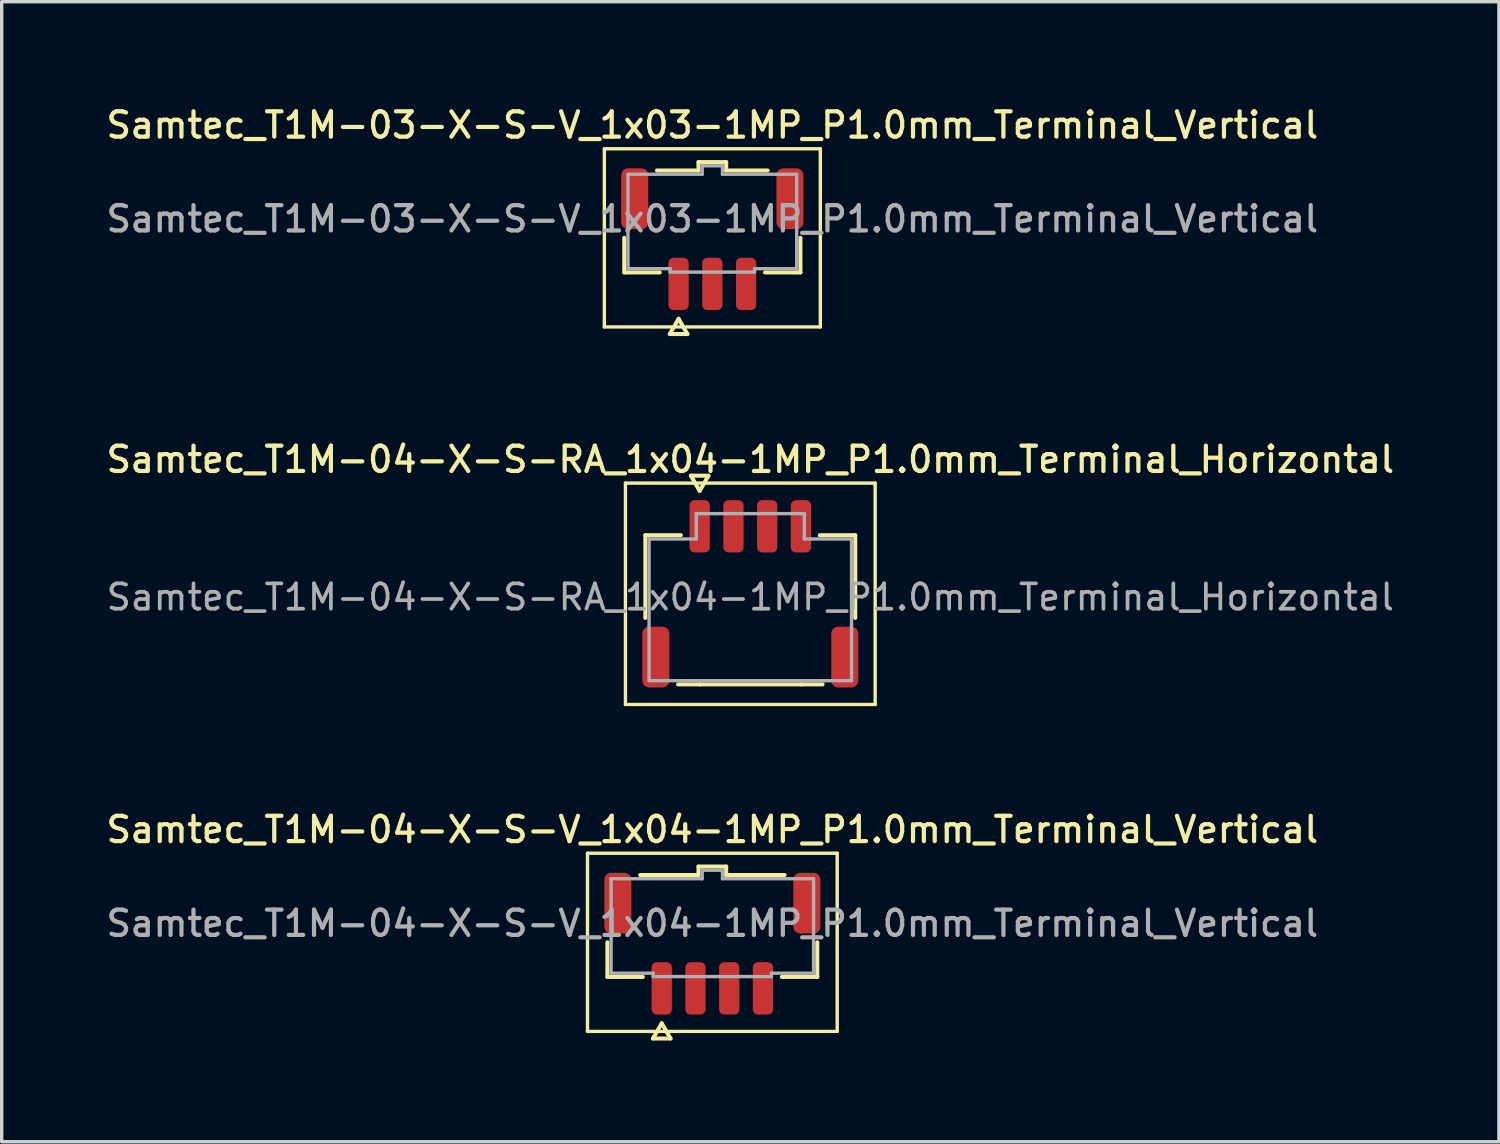
<source format=kicad_pcb>
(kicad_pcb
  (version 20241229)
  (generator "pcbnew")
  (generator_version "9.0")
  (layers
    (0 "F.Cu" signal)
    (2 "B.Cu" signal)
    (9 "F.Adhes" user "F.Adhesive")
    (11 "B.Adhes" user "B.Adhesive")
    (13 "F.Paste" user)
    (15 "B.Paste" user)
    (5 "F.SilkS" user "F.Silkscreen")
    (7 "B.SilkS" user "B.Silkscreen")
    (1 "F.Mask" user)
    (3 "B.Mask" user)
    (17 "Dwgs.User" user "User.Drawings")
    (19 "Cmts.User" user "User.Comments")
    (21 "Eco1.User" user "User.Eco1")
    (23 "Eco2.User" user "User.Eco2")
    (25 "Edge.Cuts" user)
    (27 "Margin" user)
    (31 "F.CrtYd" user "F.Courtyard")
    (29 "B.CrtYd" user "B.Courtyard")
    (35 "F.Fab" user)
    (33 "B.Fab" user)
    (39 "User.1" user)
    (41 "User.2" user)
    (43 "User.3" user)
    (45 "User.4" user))
  (footprint "Samtec_T1M-04-X-S-RA_1x04-1MP_P1.0mm_Terminal_Horizontal"
    (layer "F.Cu")
    (at 19.184 14.646)
    (property "Reference" "Samtec_T1M-04-X-S-RA_1x04-1MP_P1.0mm_Terminal_Horizontal" (at 0 -4.08 0) (layer "F.SilkS") (effects (font (size 0.75 0.75) (thickness 0.125))))
    (attr smd)
    (fp_line (start -3.7 -3.38) (end -3.7 3.18) (stroke (width 0.1) (type solid)) (layer "F.SilkS"))
    (fp_line (start -3.7 3.18) (end 3.7 3.18) (stroke (width 0.1) (type solid)) (layer "F.SilkS"))
    (fp_line (start -3.11 -1.835) (end -2.06 -1.835) (stroke (width 0.12) (type solid)) (layer "F.SilkS"))
    (fp_line (start -3.11 0.615) (end -3.11 -1.835) (stroke (width 0.12) (type solid)) (layer "F.SilkS"))
    (fp_line (start -1.76 -3.6) (end -1.5 -3.15) (stroke (width 0.12) (type solid)) (layer "F.SilkS"))
    (fp_line (start -1.5 -3.15) (end -1.24 -3.6) (stroke (width 0.12) (type solid)) (layer "F.SilkS"))
    (fp_line (start -1.5 2.585) (end -2.14 2.585) (stroke (width 0.12) (type solid)) (layer "F.SilkS"))
    (fp_line (start -1.24 -3.6) (end -1.76 -3.6) (stroke (width 0.12) (type solid)) (layer "F.SilkS"))
    (fp_line (start 1.5 2.585) (end -1.5 2.585) (stroke (width 0.12) (type solid)) (layer "F.SilkS"))
    (fp_line (start 2.06 -1.835) (end 3.11 -1.835) (stroke (width 0.12) (type solid)) (layer "F.SilkS"))
    (fp_line (start 2.14 2.585) (end 1.5 2.585) (stroke (width 0.12) (type solid)) (layer "F.SilkS"))
    (fp_line (start 3.11 -1.835) (end 3.11 0.615) (stroke (width 0.12) (type solid)) (layer "F.SilkS"))
    (fp_line (start 3.7 -3.38) (end -3.7 -3.38) (stroke (width 0.1) (type solid)) (layer "F.SilkS"))
    (fp_line (start 3.7 3.18) (end 3.7 -3.38) (stroke (width 0.1) (type solid)) (layer "F.SilkS"))
    (fp_line (start -3 -1.725) (end -1.6 -1.725) (stroke (width 0.1) (type solid)) (layer "F.Fab"))
    (fp_line (start -3 2.475) (end -3 -1.725) (stroke (width 0.1) (type solid)) (layer "F.Fab"))
    (fp_line (start -1.6 -2.475) (end -1.5 -2.475) (stroke (width 0.1) (type solid)) (layer "F.Fab"))
    (fp_line (start -1.6 -1.725) (end -1.6 -2.475) (stroke (width 0.1) (type solid)) (layer "F.Fab"))
    (fp_line (start -1.5 -2.475) (end 1.5 -2.475) (stroke (width 0.1) (type solid)) (layer "F.Fab"))
    (fp_line (start -1.5 2.475) (end -3 2.475) (stroke (width 0.1) (type solid)) (layer "F.Fab"))
    (fp_line (start 1.5 -2.475) (end 1.6 -2.475) (stroke (width 0.1) (type solid)) (layer "F.Fab"))
    (fp_line (start 1.5 2.475) (end -1.5 2.475) (stroke (width 0.1) (type solid)) (layer "F.Fab"))
    (fp_line (start 1.6 -2.475) (end 1.6 -1.725) (stroke (width 0.1) (type solid)) (layer "F.Fab"))
    (fp_line (start 1.6 -1.725) (end 3 -1.725) (stroke (width 0.1) (type solid)) (layer "F.Fab"))
    (fp_line (start 3 -1.725) (end 3 2.475) (stroke (width 0.1) (type solid)) (layer "F.Fab"))
    (fp_line (start 3 2.475) (end 1.5 2.475) (stroke (width 0.1) (type solid)) (layer "F.Fab"))
    (fp_text user "${REFERENCE}" (at 0 0 0) (layer "F.Fab") (effects (font (size 0.75 0.75) (thickness 0.11))))
    (pad "1" smd roundrect (at -1.5 -2.1) (size 0.6 1.55) (layers "F.Cu" "F.Mask" "F.Paste") (roundrect_rratio 0.25))
    (pad "2" smd roundrect (at -0.5 -2.1) (size 0.6 1.55) (layers "F.Cu" "F.Mask" "F.Paste") (roundrect_rratio 0.25))
    (pad "3" smd roundrect (at 0.5 -2.1) (size 0.6 1.55) (layers "F.Cu" "F.Mask" "F.Paste") (roundrect_rratio 0.25))
    (pad "4" smd roundrect (at 1.5 -2.1) (size 0.6 1.55) (layers "F.Cu" "F.Mask" "F.Paste") (roundrect_rratio 0.25))
    (pad "MP" smd roundrect (at -2.8 1.775) (size 0.8 1.8) (layers "F.Cu" "F.Mask" "F.Paste") (roundrect_rratio 0.25))
    (pad "MP" smd roundrect (at 2.8 1.775) (size 0.8 1.8) (layers "F.Cu" "F.Mask" "F.Paste") (roundrect_rratio 0.25)))
  (footprint "Samtec_T1M-03-X-S-V_1x03-1MP_P1.0mm_Terminal_Vertical"
    (layer "F.Cu")
    (at 18.059 3.438)
    (property "Reference" "Samtec_T1M-03-X-S-V_1x03-1MP_P1.0mm_Terminal_Vertical" (at 0 -2.78 0) (layer "F.SilkS") (effects (font (size 0.75 0.75) (thickness 0.125))))
    (attr smd)
    (fp_line (start -3.2 -2.08) (end -3.2 3.2) (stroke (width 0.1) (type solid)) (layer "F.SilkS"))
    (fp_line (start -3.2 3.2) (end 3.2 3.2) (stroke (width 0.1) (type solid)) (layer "F.SilkS"))
    (fp_line (start -2.61 1.585) (end -2.61 0.56) (stroke (width 0.12) (type solid)) (layer "F.SilkS"))
    (fp_line (start -1.64 -1.435) (end -0.41 -1.435) (stroke (width 0.12) (type solid)) (layer "F.SilkS"))
    (fp_line (start -1.56 1.585) (end -2.61 1.585) (stroke (width 0.12) (type solid)) (layer "F.SilkS"))
    (fp_line (start -1.26 3.41) (end -1 2.96) (stroke (width 0.12) (type solid)) (layer "F.SilkS"))
    (fp_line (start -1 2.96) (end -0.74 3.41) (stroke (width 0.12) (type solid)) (layer "F.SilkS"))
    (fp_line (start -0.74 3.41) (end -1.26 3.41) (stroke (width 0.12) (type solid)) (layer "F.SilkS"))
    (fp_line (start -0.41 -1.685) (end 0.41 -1.685) (stroke (width 0.12) (type solid)) (layer "F.SilkS"))
    (fp_line (start -0.41 -1.435) (end -0.41 -1.685) (stroke (width 0.12) (type solid)) (layer "F.SilkS"))
    (fp_line (start 0.41 -1.685) (end 0.41 -1.435) (stroke (width 0.12) (type solid)) (layer "F.SilkS"))
    (fp_line (start 0.41 -1.435) (end 1.64 -1.435) (stroke (width 0.12) (type solid)) (layer "F.SilkS"))
    (fp_line (start 2.61 0.56) (end 2.61 1.585) (stroke (width 0.12) (type solid)) (layer "F.SilkS"))
    (fp_line (start 2.61 1.585) (end 1.56 1.585) (stroke (width 0.12) (type solid)) (layer "F.SilkS"))
    (fp_line (start 3.2 -2.08) (end -3.2 -2.08) (stroke (width 0.1) (type solid)) (layer "F.SilkS"))
    (fp_line (start 3.2 3.2) (end 3.2 -2.08) (stroke (width 0.1) (type solid)) (layer "F.SilkS"))
    (fp_line (start -2.5 -1.325) (end -0.3 -1.325) (stroke (width 0.1) (type solid)) (layer "F.Fab"))
    (fp_line (start -2.5 1.475) (end -2.5 -1.325) (stroke (width 0.1) (type solid)) (layer "F.Fab"))
    (fp_line (start -1.25 1.475) (end -2.5 1.475) (stroke (width 0.1) (type solid)) (layer "F.Fab"))
    (fp_line (start -1.25 1.575) (end -1.25 1.475) (stroke (width 0.1) (type solid)) (layer "F.Fab"))
    (fp_line (start -0.3 -1.575) (end 0.3 -1.575) (stroke (width 0.1) (type solid)) (layer "F.Fab"))
    (fp_line (start -0.3 -1.325) (end -0.3 -1.575) (stroke (width 0.1) (type solid)) (layer "F.Fab"))
    (fp_line (start 0.3 -1.575) (end 0.3 -1.325) (stroke (width 0.1) (type solid)) (layer "F.Fab"))
    (fp_line (start 0.3 -1.325) (end 2.5 -1.325) (stroke (width 0.1) (type solid)) (layer "F.Fab"))
    (fp_line (start 1.25 1.475) (end 1.25 1.575) (stroke (width 0.1) (type solid)) (layer "F.Fab"))
    (fp_line (start 1.25 1.575) (end -1.25 1.575) (stroke (width 0.1) (type solid)) (layer "F.Fab"))
    (fp_line (start 2.5 -1.325) (end 2.5 1.475) (stroke (width 0.1) (type solid)) (layer "F.Fab"))
    (fp_line (start 2.5 1.475) (end 1.25 1.475) (stroke (width 0.1) (type solid)) (layer "F.Fab"))
    (fp_text user "${REFERENCE}" (at 0 0 0) (layer "F.Fab") (effects (font (size 0.75 0.75) (thickness 0.125))))
    (pad "1" smd roundrect (at -1 1.925) (size 0.6 1.55) (layers "F.Cu" "F.Mask" "F.Paste") (roundrect_rratio 0.25))
    (pad "2" smd roundrect (at 0 1.925) (size 0.6 1.55) (layers "F.Cu" "F.Mask" "F.Paste") (roundrect_rratio 0.25))
    (pad "3" smd roundrect (at 1 1.925) (size 0.6 1.55) (layers "F.Cu" "F.Mask" "F.Paste") (roundrect_rratio 0.25))
    (pad "MP" smd roundrect (at -2.3 -0.6) (size 0.8 1.8) (layers "F.Cu" "F.Mask" "F.Paste") (roundrect_rratio 0.25))
    (pad "MP" smd roundrect (at 2.3 -0.6) (size 0.8 1.8) (layers "F.Cu" "F.Mask" "F.Paste") (roundrect_rratio 0.25)))
  (footprint "Samtec_T1M-04-X-S-V_1x04-1MP_P1.0mm_Terminal_Vertical"
    (layer "F.Cu")
    (at 18.059 24.314)
    (property "Reference" "Samtec_T1M-04-X-S-V_1x04-1MP_P1.0mm_Terminal_Vertical" (at 0 -2.78 0) (layer "F.SilkS") (effects (font (size 0.75 0.75) (thickness 0.125))))
    (attr smd)
    (fp_line (start -3.7 -2.08) (end -3.7 3.2) (stroke (width 0.1) (type solid)) (layer "F.SilkS"))
    (fp_line (start -3.7 3.2) (end 3.7 3.2) (stroke (width 0.1) (type solid)) (layer "F.SilkS"))
    (fp_line (start -3.11 1.585) (end -3.11 0.56) (stroke (width 0.12) (type solid)) (layer "F.SilkS"))
    (fp_line (start -2.14 -1.435) (end -0.41 -1.435) (stroke (width 0.12) (type solid)) (layer "F.SilkS"))
    (fp_line (start -2.06 1.585) (end -3.11 1.585) (stroke (width 0.12) (type solid)) (layer "F.SilkS"))
    (fp_line (start -1.76 3.41) (end -1.5 2.96) (stroke (width 0.12) (type solid)) (layer "F.SilkS"))
    (fp_line (start -1.5 2.96) (end -1.24 3.41) (stroke (width 0.12) (type solid)) (layer "F.SilkS"))
    (fp_line (start -1.24 3.41) (end -1.76 3.41) (stroke (width 0.12) (type solid)) (layer "F.SilkS"))
    (fp_line (start -0.41 -1.685) (end 0.41 -1.685) (stroke (width 0.12) (type solid)) (layer "F.SilkS"))
    (fp_line (start -0.41 -1.435) (end -0.41 -1.685) (stroke (width 0.12) (type solid)) (layer "F.SilkS"))
    (fp_line (start 0.41 -1.685) (end 0.41 -1.435) (stroke (width 0.12) (type solid)) (layer "F.SilkS"))
    (fp_line (start 0.41 -1.435) (end 2.14 -1.435) (stroke (width 0.12) (type solid)) (layer "F.SilkS"))
    (fp_line (start 3.11 0.56) (end 3.11 1.585) (stroke (width 0.12) (type solid)) (layer "F.SilkS"))
    (fp_line (start 3.11 1.585) (end 2.06 1.585) (stroke (width 0.12) (type solid)) (layer "F.SilkS"))
    (fp_line (start 3.7 -2.08) (end -3.7 -2.08) (stroke (width 0.1) (type solid)) (layer "F.SilkS"))
    (fp_line (start 3.7 3.2) (end 3.7 -2.08) (stroke (width 0.1) (type solid)) (layer "F.SilkS"))
    (fp_line (start -3 -1.325) (end -0.3 -1.325) (stroke (width 0.1) (type solid)) (layer "F.Fab"))
    (fp_line (start -3 1.475) (end -3 -1.325) (stroke (width 0.1) (type solid)) (layer "F.Fab"))
    (fp_line (start -1.75 1.475) (end -3 1.475) (stroke (width 0.1) (type solid)) (layer "F.Fab"))
    (fp_line (start -1.75 1.575) (end -1.75 1.475) (stroke (width 0.1) (type solid)) (layer "F.Fab"))
    (fp_line (start -0.3 -1.575) (end 0.3 -1.575) (stroke (width 0.1) (type solid)) (layer "F.Fab"))
    (fp_line (start -0.3 -1.325) (end -0.3 -1.575) (stroke (width 0.1) (type solid)) (layer "F.Fab"))
    (fp_line (start 0.3 -1.575) (end 0.3 -1.325) (stroke (width 0.1) (type solid)) (layer "F.Fab"))
    (fp_line (start 0.3 -1.325) (end 3 -1.325) (stroke (width 0.1) (type solid)) (layer "F.Fab"))
    (fp_line (start 1.75 1.475) (end 1.75 1.575) (stroke (width 0.1) (type solid)) (layer "F.Fab"))
    (fp_line (start 1.75 1.575) (end -1.75 1.575) (stroke (width 0.1) (type solid)) (layer "F.Fab"))
    (fp_line (start 3 -1.325) (end 3 1.475) (stroke (width 0.1) (type solid)) (layer "F.Fab"))
    (fp_line (start 3 1.475) (end 1.75 1.475) (stroke (width 0.1) (type solid)) (layer "F.Fab"))
    (fp_text user "${REFERENCE}" (at 0 0 0) (layer "F.Fab") (effects (font (size 0.75 0.75) (thickness 0.125))))
    (pad "1" smd roundrect (at -1.5 1.925) (size 0.6 1.55) (layers "F.Cu" "F.Mask" "F.Paste") (roundrect_rratio 0.25))
    (pad "2" smd roundrect (at -0.5 1.925) (size 0.6 1.55) (layers "F.Cu" "F.Mask" "F.Paste") (roundrect_rratio 0.25))
    (pad "3" smd roundrect (at 0.5 1.925) (size 0.6 1.55) (layers "F.Cu" "F.Mask" "F.Paste") (roundrect_rratio 0.25))
    (pad "4" smd roundrect (at 1.5 1.925) (size 0.6 1.55) (layers "F.Cu" "F.Mask" "F.Paste") (roundrect_rratio 0.25))
    (pad "MP" smd roundrect (at -2.8 -0.6) (size 0.8 1.8) (layers "F.Cu" "F.Mask" "F.Paste") (roundrect_rratio 0.25))
    (pad "MP" smd roundrect (at 2.8 -0.6) (size 0.8 1.8) (layers "F.Cu" "F.Mask" "F.Paste") (roundrect_rratio 0.25)))
  (gr_rect
    (start -3 -3)
    (end 41.368 30.784)
    (stroke (width 0.1) (type default))
    (fill no)
    (layer "Edge.Cuts")))
</source>
